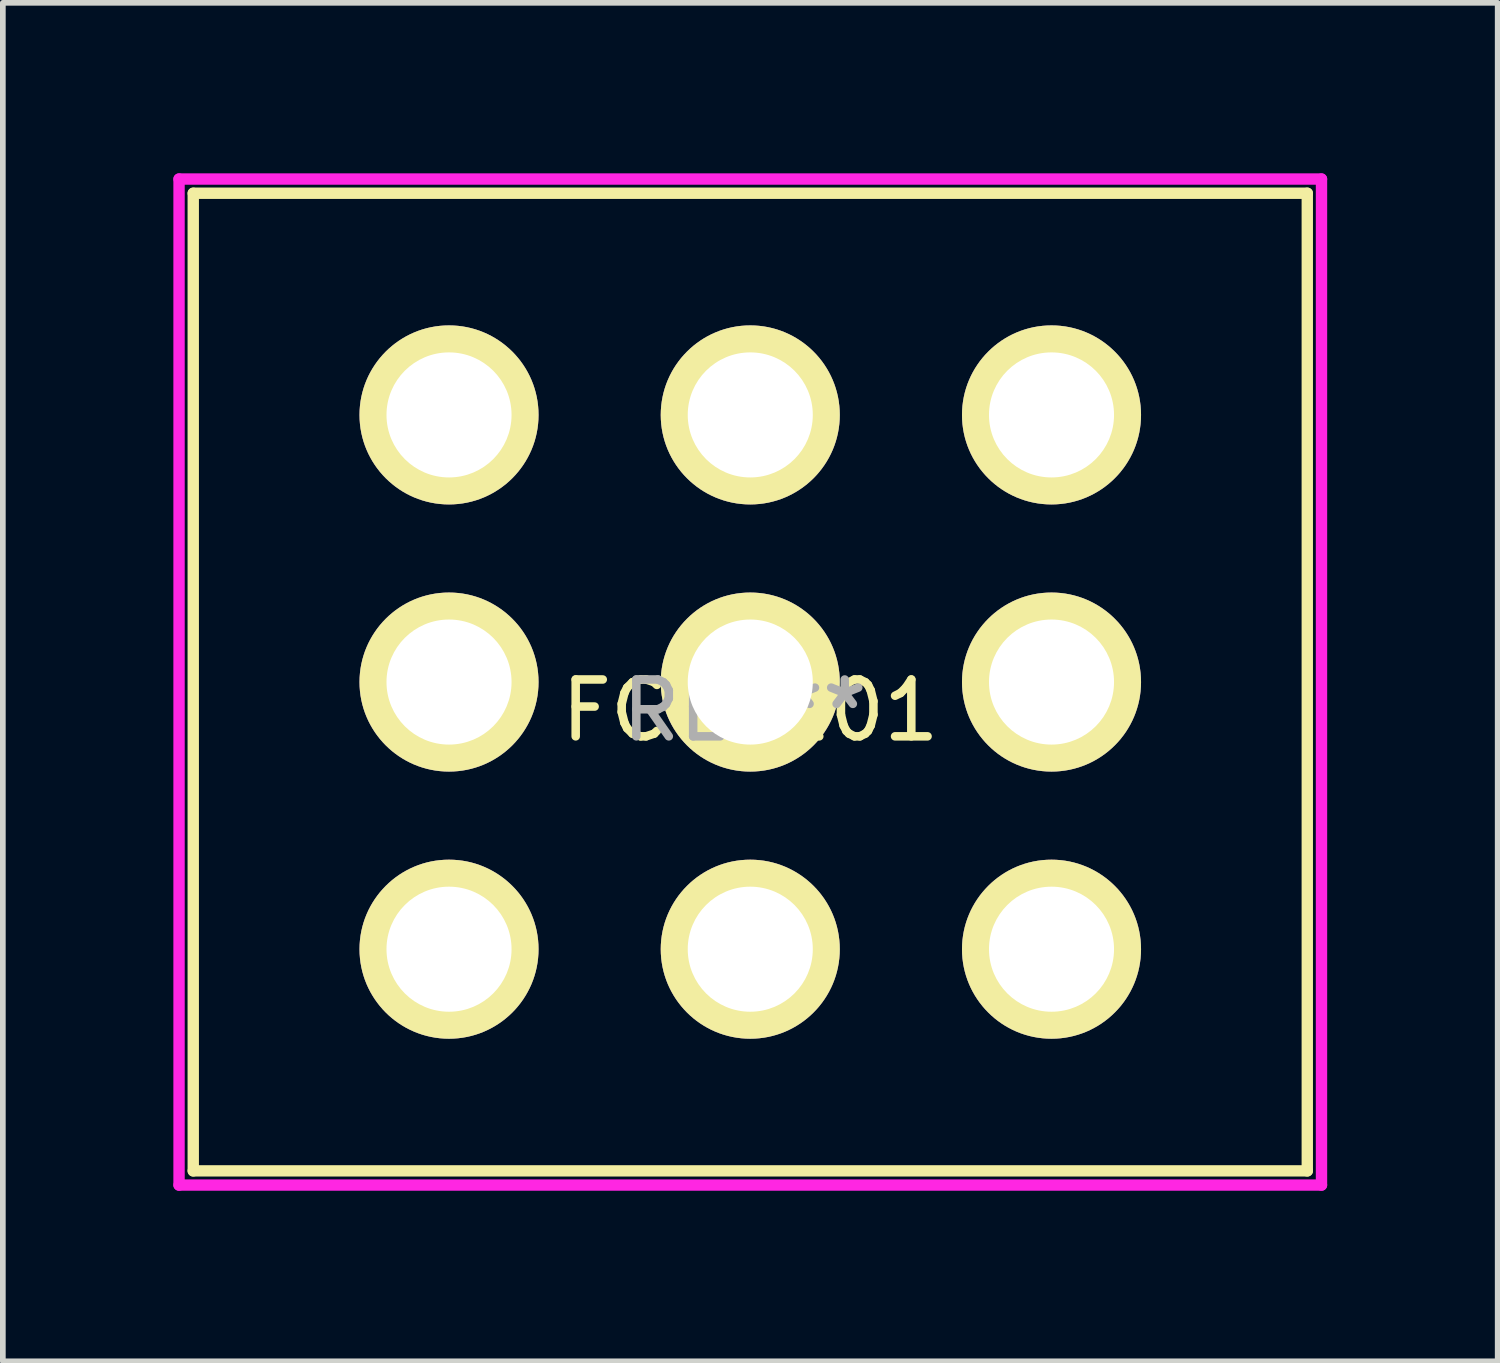
<source format=kicad_pcb>
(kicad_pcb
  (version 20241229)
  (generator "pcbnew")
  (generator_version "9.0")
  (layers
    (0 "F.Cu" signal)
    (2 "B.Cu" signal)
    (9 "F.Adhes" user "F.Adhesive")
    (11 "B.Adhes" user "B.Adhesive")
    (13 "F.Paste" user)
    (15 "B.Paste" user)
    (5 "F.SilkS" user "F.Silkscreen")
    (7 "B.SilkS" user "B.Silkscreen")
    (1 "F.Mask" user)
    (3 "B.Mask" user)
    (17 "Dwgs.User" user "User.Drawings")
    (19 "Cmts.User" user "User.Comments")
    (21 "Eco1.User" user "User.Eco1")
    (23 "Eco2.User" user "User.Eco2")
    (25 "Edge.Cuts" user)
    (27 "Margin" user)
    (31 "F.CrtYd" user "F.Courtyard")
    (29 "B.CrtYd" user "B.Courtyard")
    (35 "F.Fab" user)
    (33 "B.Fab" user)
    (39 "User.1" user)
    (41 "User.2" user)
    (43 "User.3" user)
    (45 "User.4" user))
  (footprint "FC71101"
    (layer "F.Cu")
    (at 10.15 8.95)
    (property "Reference" "FC71101" (at 0 0.5 0) (layer "F.SilkS") (effects (font (size 1 1) (thickness 0.15))))
    (attr through_hole)
    (fp_line (start -9.8 -8.6) (end -9.8 8.6) (stroke (width 0.2) (type solid)) (layer "F.SilkS"))
    (fp_line (start -9.8 -8.6) (end 9.8 -8.6) (stroke (width 0.2) (type solid)) (layer "F.SilkS"))
    (fp_line (start -9.8 8.6) (end 9.8 8.6) (stroke (width 0.2) (type solid)) (layer "F.SilkS"))
    (fp_line (start 9.8 -8.6) (end 9.8 8.6) (stroke (width 0.2) (type solid)) (layer "F.SilkS"))
    (fp_line (start -10.05 -8.85) (end -10.05 8.85) (stroke (width 0.2) (type solid)) (layer "F.CrtYd"))
    (fp_line (start -10.05 8.85) (end 10.05 8.85) (stroke (width 0.2) (type solid)) (layer "F.CrtYd"))
    (fp_line (start 10.05 -8.85) (end -10.05 -8.85) (stroke (width 0.2) (type solid)) (layer "F.CrtYd"))
    (fp_line (start 10.05 8.85) (end 10.05 -8.85) (stroke (width 0.2) (type solid)) (layer "F.CrtYd"))
    (fp_text user "REF**" (at -0.1 0.5 0) (layer "F.Fab") (effects (font (size 1 1) (thickness 0.15))))
    (pad "1" thru_hole circle (at -5.3 -4.7) (size 3.15 3.15) (drill 2.2) (layers "*.Cu" "*.Mask" "F.SilkS"))
    (pad "2" thru_hole circle (at -5.3 0) (size 3.15 3.15) (drill 2.2) (layers "*.Cu" "*.Mask" "F.SilkS"))
    (pad "3" thru_hole circle (at -5.3 4.7) (size 3.15 3.15) (drill 2.2) (layers "*.Cu" "*.Mask" "F.SilkS"))
    (pad "4" thru_hole circle (at 0 -4.7) (size 3.15 3.15) (drill 2.2) (layers "*.Cu" "*.Mask" "F.SilkS"))
    (pad "5" thru_hole circle (at 0 0) (size 3.15 3.15) (drill 2.2) (layers "*.Cu" "*.Mask" "F.SilkS"))
    (pad "6" thru_hole circle (at 0 4.7) (size 3.15 3.15) (drill 2.2) (layers "*.Cu" "*.Mask" "F.SilkS"))
    (pad "7" thru_hole circle (at 5.3 -4.7) (size 3.15 3.15) (drill 2.2) (layers "*.Cu" "*.Mask" "F.SilkS"))
    (pad "8" thru_hole circle (at 5.3 0) (size 3.15 3.15) (drill 2.2) (layers "*.Cu" "*.Mask" "F.SilkS"))
    (pad "9" thru_hole circle (at 5.3 4.7) (size 3.15 3.15) (drill 2.2) (layers "*.Cu" "*.Mask" "F.SilkS")))
  (gr_rect
    (start -3 -3)
    (end 23.3 20.9)
    (stroke (width 0.1) (type default))
    (fill no)
    (layer "Edge.Cuts")))
</source>
